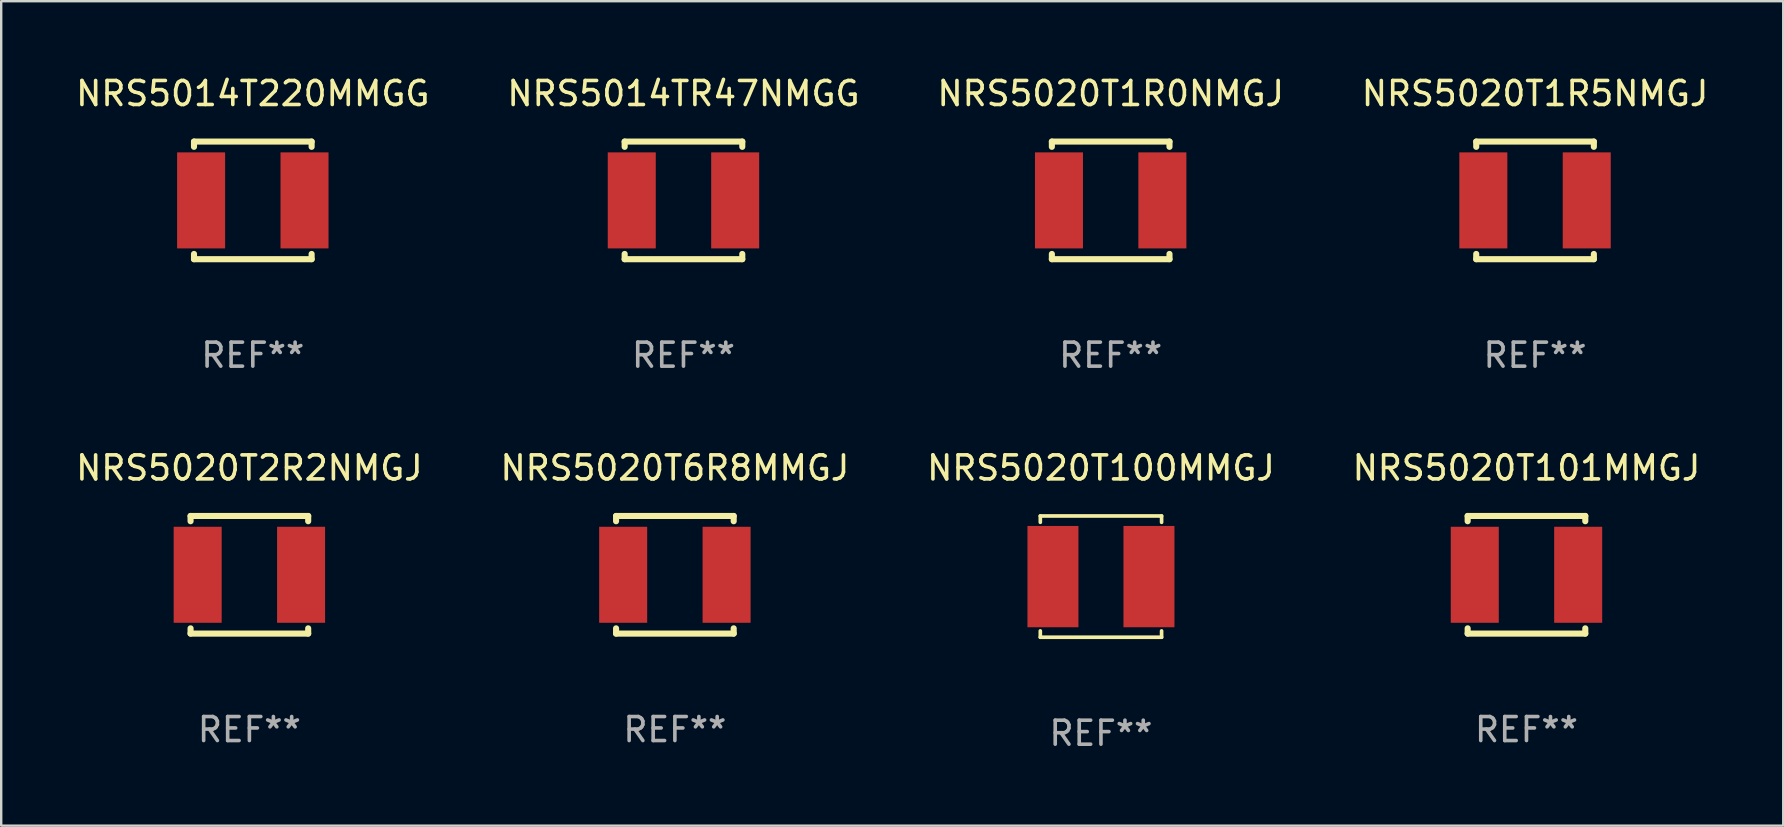
<source format=kicad_pcb>
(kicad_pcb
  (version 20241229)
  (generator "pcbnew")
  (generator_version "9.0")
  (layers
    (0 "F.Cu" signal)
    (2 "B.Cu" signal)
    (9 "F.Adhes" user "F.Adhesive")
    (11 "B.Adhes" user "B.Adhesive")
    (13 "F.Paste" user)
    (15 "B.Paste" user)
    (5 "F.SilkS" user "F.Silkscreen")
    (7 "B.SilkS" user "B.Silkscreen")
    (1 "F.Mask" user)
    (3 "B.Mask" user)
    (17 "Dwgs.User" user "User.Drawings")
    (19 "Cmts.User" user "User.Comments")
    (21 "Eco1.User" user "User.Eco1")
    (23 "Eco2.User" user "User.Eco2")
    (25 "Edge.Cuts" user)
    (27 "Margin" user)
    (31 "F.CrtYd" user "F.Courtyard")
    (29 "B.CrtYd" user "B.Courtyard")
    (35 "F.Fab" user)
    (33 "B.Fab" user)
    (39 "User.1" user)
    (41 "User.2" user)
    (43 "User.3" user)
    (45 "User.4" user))
  (footprint "NRS5020T1R0NMGJ"
    (layer "F.Cu")
    (at 43.22 5.298)
    (property "Reference" "NRS5020T1R0NMGJ" (at 0 -4.45 0) (layer "F.SilkS") (effects (font (size 1 1) (thickness 0.15))))
    (attr through_hole)
    (fp_line (start -2.45 -2.45) (end 2.45 -2.45) (stroke (width 0.254) (type solid)) (layer "F.SilkS"))
    (fp_line (start -2.45 -2.231) (end -2.45 -2.45) (stroke (width 0.254) (type solid)) (layer "F.SilkS"))
    (fp_line (start -2.45 2.45) (end -2.45 2.231) (stroke (width 0.254) (type solid)) (layer "F.SilkS"))
    (fp_line (start -2.45 2.45) (end 2.45 2.45) (stroke (width 0.254) (type solid)) (layer "F.SilkS"))
    (fp_line (start 2.45 -2.45) (end 2.45 -2.231) (stroke (width 0.254) (type solid)) (layer "F.SilkS"))
    (fp_line (start 2.45 2.231) (end 2.45 2.45) (stroke (width 0.254) (type solid)) (layer "F.SilkS"))
    (fp_circle (center -2.45 2.45) (end -2.42 2.45) (stroke (width 0.06) (type solid)) (fill no) (layer "F.SilkS"))
    (fp_text user "REF**" (at 0 6.45 0) (layer "F.Fab") (effects (font (size 1 1) (thickness 0.15))))
    (pad "1" smd rect (at -2.154 0) (size 2 4) (layers "F.Cu" "F.Mask" "F.Paste"))
    (pad "2" smd rect (at 2.154 0) (size 2 4) (layers "F.Cu" "F.Mask" "F.Paste")))
  (footprint "NRS5020T2R2NMGJ"
    (layer "F.Cu")
    (at 7.339 20.895)
    (property "Reference" "NRS5020T2R2NMGJ" (at 0 -4.45 0) (layer "F.SilkS") (effects (font (size 1 1) (thickness 0.15))))
    (attr through_hole)
    (fp_line (start -2.45 -2.45) (end 2.45 -2.45) (stroke (width 0.254) (type solid)) (layer "F.SilkS"))
    (fp_line (start -2.45 -2.231) (end -2.45 -2.45) (stroke (width 0.254) (type solid)) (layer "F.SilkS"))
    (fp_line (start -2.45 2.45) (end -2.45 2.231) (stroke (width 0.254) (type solid)) (layer "F.SilkS"))
    (fp_line (start -2.45 2.45) (end 2.45 2.45) (stroke (width 0.254) (type solid)) (layer "F.SilkS"))
    (fp_line (start 2.45 -2.45) (end 2.45 -2.231) (stroke (width 0.254) (type solid)) (layer "F.SilkS"))
    (fp_line (start 2.45 2.231) (end 2.45 2.45) (stroke (width 0.254) (type solid)) (layer "F.SilkS"))
    (fp_circle (center -2.45 2.45) (end -2.42 2.45) (stroke (width 0.06) (type solid)) (fill no) (layer "F.SilkS"))
    (fp_text user "REF**" (at 0 6.45 0) (layer "F.Fab") (effects (font (size 1 1) (thickness 0.15))))
    (pad "1" smd rect (at -2.154 0) (size 2 4) (layers "F.Cu" "F.Mask" "F.Paste"))
    (pad "2" smd rect (at 2.154 0) (size 2 4) (layers "F.Cu" "F.Mask" "F.Paste")))
  (footprint "NRS5020T101MMGJ"
    (layer "F.Cu")
    (at 60.542 20.895)
    (property "Reference" "NRS5020T101MMGJ" (at 0 -4.45 0) (layer "F.SilkS") (effects (font (size 1 1) (thickness 0.15))))
    (attr through_hole)
    (fp_line (start -2.45 -2.45) (end 2.45 -2.45) (stroke (width 0.254) (type solid)) (layer "F.SilkS"))
    (fp_line (start -2.45 -2.231) (end -2.45 -2.45) (stroke (width 0.254) (type solid)) (layer "F.SilkS"))
    (fp_line (start -2.45 2.45) (end -2.45 2.231) (stroke (width 0.254) (type solid)) (layer "F.SilkS"))
    (fp_line (start -2.45 2.45) (end 2.45 2.45) (stroke (width 0.254) (type solid)) (layer "F.SilkS"))
    (fp_line (start 2.45 -2.45) (end 2.45 -2.231) (stroke (width 0.254) (type solid)) (layer "F.SilkS"))
    (fp_line (start 2.45 2.231) (end 2.45 2.45) (stroke (width 0.254) (type solid)) (layer "F.SilkS"))
    (fp_circle (center -2.45 2.45) (end -2.42 2.45) (stroke (width 0.06) (type solid)) (fill no) (layer "F.SilkS"))
    (fp_text user "REF**" (at 0 6.45 0) (layer "F.Fab") (effects (font (size 1 1) (thickness 0.15))))
    (pad "1" smd rect (at -2.154 0) (size 2 4) (layers "F.Cu" "F.Mask" "F.Paste"))
    (pad "2" smd rect (at 2.154 0) (size 2 4) (layers "F.Cu" "F.Mask" "F.Paste")))
  (footprint "NRS5014TR47NMGG"
    (layer "F.Cu")
    (at 25.423 5.298)
    (property "Reference" "NRS5014TR47NMGG" (at 0 -4.45 0) (layer "F.SilkS") (effects (font (size 1 1) (thickness 0.15))))
    (attr through_hole)
    (fp_line (start -2.45 -2.45) (end 2.45 -2.45) (stroke (width 0.254) (type solid)) (layer "F.SilkS"))
    (fp_line (start -2.45 -2.231) (end -2.45 -2.45) (stroke (width 0.254) (type solid)) (layer "F.SilkS"))
    (fp_line (start -2.45 2.45) (end -2.45 2.231) (stroke (width 0.254) (type solid)) (layer "F.SilkS"))
    (fp_line (start -2.45 2.45) (end 2.45 2.45) (stroke (width 0.254) (type solid)) (layer "F.SilkS"))
    (fp_line (start 2.45 -2.45) (end 2.45 -2.231) (stroke (width 0.254) (type solid)) (layer "F.SilkS"))
    (fp_line (start 2.45 2.231) (end 2.45 2.45) (stroke (width 0.254) (type solid)) (layer "F.SilkS"))
    (fp_circle (center -2.45 2.45) (end -2.42 2.45) (stroke (width 0.06) (type solid)) (fill no) (layer "F.SilkS"))
    (fp_text user "REF**" (at 0 6.45 0) (layer "F.Fab") (effects (font (size 1 1) (thickness 0.15))))
    (pad "1" smd rect (at -2.154 0) (size 2 4) (layers "F.Cu" "F.Mask" "F.Paste"))
    (pad "2" smd rect (at 2.154 0) (size 2 4) (layers "F.Cu" "F.Mask" "F.Paste")))
  (footprint "NRS5020T1R5NMGJ"
    (layer "F.Cu")
    (at 60.899 5.298)
    (property "Reference" "NRS5020T1R5NMGJ" (at 0 -4.45 0) (layer "F.SilkS") (effects (font (size 1 1) (thickness 0.15))))
    (attr through_hole)
    (fp_line (start -2.45 -2.45) (end 2.45 -2.45) (stroke (width 0.254) (type solid)) (layer "F.SilkS"))
    (fp_line (start -2.45 -2.231) (end -2.45 -2.45) (stroke (width 0.254) (type solid)) (layer "F.SilkS"))
    (fp_line (start -2.45 2.45) (end -2.45 2.231) (stroke (width 0.254) (type solid)) (layer "F.SilkS"))
    (fp_line (start -2.45 2.45) (end 2.45 2.45) (stroke (width 0.254) (type solid)) (layer "F.SilkS"))
    (fp_line (start 2.45 -2.45) (end 2.45 -2.231) (stroke (width 0.254) (type solid)) (layer "F.SilkS"))
    (fp_line (start 2.45 2.231) (end 2.45 2.45) (stroke (width 0.254) (type solid)) (layer "F.SilkS"))
    (fp_circle (center -2.45 2.45) (end -2.42 2.45) (stroke (width 0.06) (type solid)) (fill no) (layer "F.SilkS"))
    (fp_text user "REF**" (at 0 6.45 0) (layer "F.Fab") (effects (font (size 1 1) (thickness 0.15))))
    (pad "1" smd rect (at -2.154 0) (size 2 4) (layers "F.Cu" "F.Mask" "F.Paste"))
    (pad "2" smd rect (at 2.154 0) (size 2 4) (layers "F.Cu" "F.Mask" "F.Paste")))
  (footprint "NRS5014T220MMGG"
    (layer "F.Cu")
    (at 7.482 5.298)
    (property "Reference" "NRS5014T220MMGG" (at 0 -4.45 0) (layer "F.SilkS") (effects (font (size 1 1) (thickness 0.15))))
    (attr through_hole)
    (fp_line (start -2.45 -2.45) (end 2.45 -2.45) (stroke (width 0.254) (type solid)) (layer "F.SilkS"))
    (fp_line (start -2.45 -2.231) (end -2.45 -2.45) (stroke (width 0.254) (type solid)) (layer "F.SilkS"))
    (fp_line (start -2.45 2.45) (end -2.45 2.231) (stroke (width 0.254) (type solid)) (layer "F.SilkS"))
    (fp_line (start -2.45 2.45) (end 2.45 2.45) (stroke (width 0.254) (type solid)) (layer "F.SilkS"))
    (fp_line (start 2.45 -2.45) (end 2.45 -2.231) (stroke (width 0.254) (type solid)) (layer "F.SilkS"))
    (fp_line (start 2.45 2.231) (end 2.45 2.45) (stroke (width 0.254) (type solid)) (layer "F.SilkS"))
    (fp_circle (center -2.45 2.45) (end -2.42 2.45) (stroke (width 0.06) (type solid)) (fill no) (layer "F.SilkS"))
    (fp_text user "REF**" (at 0 6.45 0) (layer "F.Fab") (effects (font (size 1 1) (thickness 0.15))))
    (pad "1" smd rect (at -2.154 0) (size 2 4) (layers "F.Cu" "F.Mask" "F.Paste"))
    (pad "2" smd rect (at 2.154 0) (size 2 4) (layers "F.Cu" "F.Mask" "F.Paste")))
  (footprint "NRS5020T100MMGJ"
    (layer "F.Cu")
    (at 42.815 20.971)
    (property "Reference" "NRS5020T100MMGJ" (at 0 -4.526 0) (layer "F.SilkS") (effects (font (size 1 1) (thickness 0.15))))
    (attr through_hole)
    (fp_line (start -2.526 -2.526) (end 2.526 -2.526) (stroke (width 0.152) (type solid)) (layer "F.SilkS"))
    (fp_line (start -2.526 -2.262) (end -2.526 -2.526) (stroke (width 0.152) (type solid)) (layer "F.SilkS"))
    (fp_line (start -2.526 2.262) (end -2.526 2.526) (stroke (width 0.152) (type solid)) (layer "F.SilkS"))
    (fp_line (start -2.526 2.526) (end 2.526 2.526) (stroke (width 0.152) (type solid)) (layer "F.SilkS"))
    (fp_line (start 2.526 -2.526) (end 2.526 -2.262) (stroke (width 0.152) (type solid)) (layer "F.SilkS"))
    (fp_line (start 2.526 2.526) (end 2.526 2.262) (stroke (width 0.152) (type solid)) (layer "F.SilkS"))
    (fp_circle (center 2.5 -2.5) (end 2.53 -2.5) (stroke (width 0.06) (type solid)) (fill no) (layer "F.SilkS"))
    (fp_text user "REF**" (at 0 6.526 0) (layer "F.Fab") (effects (font (size 1 1) (thickness 0.15))))
    (pad "1" smd rect (at 2 0) (size 2.124 4.22) (layers "F.Cu" "F.Mask" "F.Paste"))
    (pad "2" smd rect (at -2 0) (size 2.124 4.22) (layers "F.Cu" "F.Mask" "F.Paste")))
  (footprint "NRS5020T6R8MMGJ"
    (layer "F.Cu")
    (at 25.065 20.895)
    (property "Reference" "NRS5020T6R8MMGJ" (at 0 -4.45 0) (layer "F.SilkS") (effects (font (size 1 1) (thickness 0.15))))
    (attr through_hole)
    (fp_line (start -2.45 -2.45) (end 2.45 -2.45) (stroke (width 0.254) (type solid)) (layer "F.SilkS"))
    (fp_line (start -2.45 -2.231) (end -2.45 -2.45) (stroke (width 0.254) (type solid)) (layer "F.SilkS"))
    (fp_line (start -2.45 2.45) (end -2.45 2.231) (stroke (width 0.254) (type solid)) (layer "F.SilkS"))
    (fp_line (start -2.45 2.45) (end 2.45 2.45) (stroke (width 0.254) (type solid)) (layer "F.SilkS"))
    (fp_line (start 2.45 -2.45) (end 2.45 -2.231) (stroke (width 0.254) (type solid)) (layer "F.SilkS"))
    (fp_line (start 2.45 2.231) (end 2.45 2.45) (stroke (width 0.254) (type solid)) (layer "F.SilkS"))
    (fp_circle (center -2.45 2.45) (end -2.42 2.45) (stroke (width 0.06) (type solid)) (fill no) (layer "F.SilkS"))
    (fp_text user "REF**" (at 0 6.45 0) (layer "F.Fab") (effects (font (size 1 1) (thickness 0.15))))
    (pad "1" smd rect (at -2.154 0) (size 2 4) (layers "F.Cu" "F.Mask" "F.Paste"))
    (pad "2" smd rect (at 2.154 0) (size 2 4) (layers "F.Cu" "F.Mask" "F.Paste")))
  (gr_rect
    (start -3 -3)
    (end 71.238 31.346)
    (stroke (width 0.1) (type default))
    (fill no)
    (layer "Edge.Cuts")))
</source>
